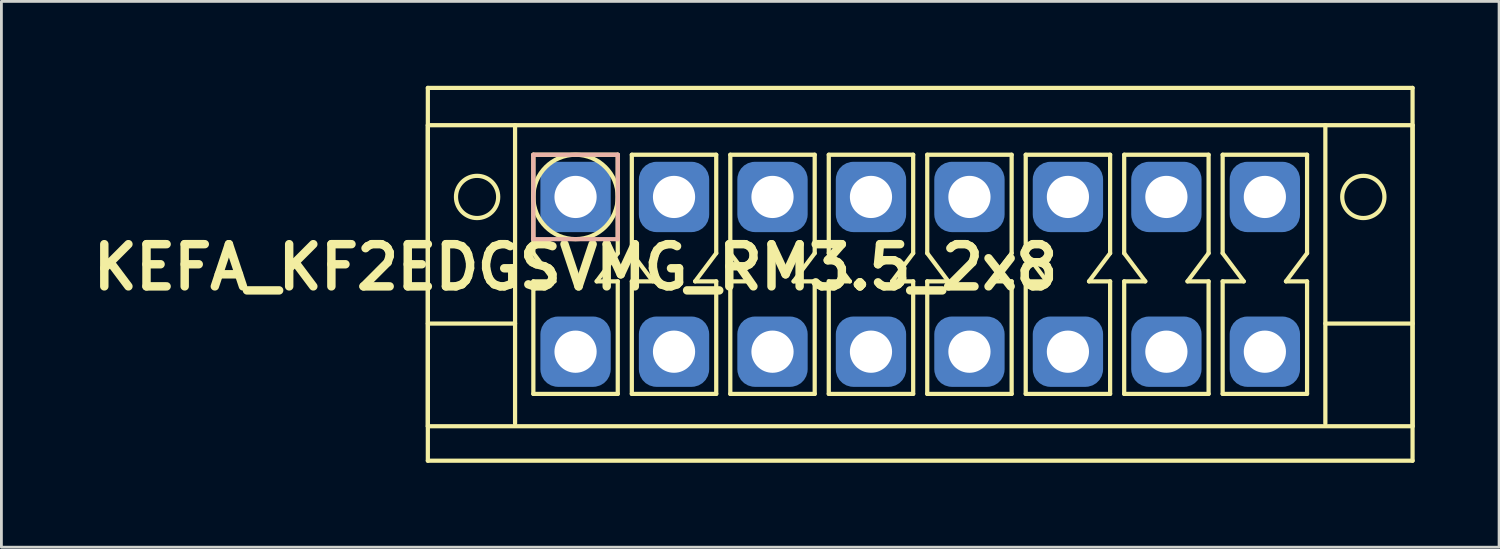
<source format=kicad_pcb>
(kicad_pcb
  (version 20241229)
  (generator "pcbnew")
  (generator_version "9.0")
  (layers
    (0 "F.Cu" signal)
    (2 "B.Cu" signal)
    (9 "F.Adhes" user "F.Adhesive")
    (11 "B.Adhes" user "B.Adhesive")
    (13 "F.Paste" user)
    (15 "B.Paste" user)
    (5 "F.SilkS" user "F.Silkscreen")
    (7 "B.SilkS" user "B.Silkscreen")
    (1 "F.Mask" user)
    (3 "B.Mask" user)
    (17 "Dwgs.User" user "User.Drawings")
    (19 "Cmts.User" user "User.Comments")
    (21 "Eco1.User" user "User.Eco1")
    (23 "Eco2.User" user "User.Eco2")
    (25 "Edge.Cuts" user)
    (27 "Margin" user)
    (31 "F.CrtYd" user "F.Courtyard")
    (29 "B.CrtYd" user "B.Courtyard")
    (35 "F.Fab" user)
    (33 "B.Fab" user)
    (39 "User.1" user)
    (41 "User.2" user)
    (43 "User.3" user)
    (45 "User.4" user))
  (footprint "KEFA_KF2EDGSVMG_RM3.5_2x8"
    (layer "F.Cu")
    (at 17.407 3.95)
    (property "Reference" "KEFA_KF2EDGSVMG_RM3.5_2x8" (at 0 2.5 0) (layer "F.SilkS") (effects (font (size 1.5 1.5) (thickness 0.3))))
    (attr through_hole)
    (fp_line (start -5.25 -3.875) (end 29.75 -3.875) (stroke (width 0.15) (type solid)) (layer "F.SilkS"))
    (fp_line (start -5.25 -2.55) (end 29.75 -2.55) (stroke (width 0.15) (type solid)) (layer "F.SilkS"))
    (fp_line (start -5.25 4.5) (end -2.15 4.5) (stroke (width 0.15) (type solid)) (layer "F.SilkS"))
    (fp_line (start -5.25 8.15) (end -5.25 -2.55) (stroke (width 0.15) (type solid)) (layer "F.SilkS"))
    (fp_line (start -5.25 9.375) (end -5.25 -3.875) (stroke (width 0.15) (type solid)) (layer "F.SilkS"))
    (fp_line (start -2.15 -2.55) (end -2.15 8.05) (stroke (width 0.15) (type solid)) (layer "F.SilkS"))
    (fp_line (start -1.5 -1.5) (end -1.5 2) (stroke (width 0.15) (type solid)) (layer "F.SilkS"))
    (fp_line (start -1.5 -1.5) (end 1.5 -1.5) (stroke (width 0.15) (type solid)) (layer "F.SilkS"))
    (fp_line (start -1.5 2) (end -0.75 3) (stroke (width 0.15) (type solid)) (layer "F.SilkS"))
    (fp_line (start -1.5 3) (end -1.5 7) (stroke (width 0.15) (type solid)) (layer "F.SilkS"))
    (fp_line (start -1.5 7) (end 1.5 7) (stroke (width 0.15) (type solid)) (layer "F.SilkS"))
    (fp_line (start -0.75 3) (end -1.5 3) (stroke (width 0.15) (type solid)) (layer "F.SilkS"))
    (fp_line (start 0.75 3) (end 1.5 3) (stroke (width 0.15) (type solid)) (layer "F.SilkS"))
    (fp_line (start 1.5 -1.5) (end 1.5 2) (stroke (width 0.15) (type solid)) (layer "F.SilkS"))
    (fp_line (start 1.5 2) (end 0.75 3) (stroke (width 0.15) (type solid)) (layer "F.SilkS"))
    (fp_line (start 1.5 3) (end 1.5 7) (stroke (width 0.15) (type solid)) (layer "F.SilkS"))
    (fp_line (start 2 -1.5) (end 2 2) (stroke (width 0.15) (type solid)) (layer "F.SilkS"))
    (fp_line (start 2 -1.5) (end 5 -1.5) (stroke (width 0.15) (type solid)) (layer "F.SilkS"))
    (fp_line (start 2 2) (end 2.75 3) (stroke (width 0.15) (type solid)) (layer "F.SilkS"))
    (fp_line (start 2 3) (end 2 7) (stroke (width 0.15) (type solid)) (layer "F.SilkS"))
    (fp_line (start 2 7) (end 5 7) (stroke (width 0.15) (type solid)) (layer "F.SilkS"))
    (fp_line (start 2.75 3) (end 2 3) (stroke (width 0.15) (type solid)) (layer "F.SilkS"))
    (fp_line (start 4.25 3) (end 5 3) (stroke (width 0.15) (type solid)) (layer "F.SilkS"))
    (fp_line (start 5 -1.5) (end 5 2) (stroke (width 0.15) (type solid)) (layer "F.SilkS"))
    (fp_line (start 5 2) (end 4.25 3) (stroke (width 0.15) (type solid)) (layer "F.SilkS"))
    (fp_line (start 5 3) (end 5 7) (stroke (width 0.15) (type solid)) (layer "F.SilkS"))
    (fp_line (start 5.5 -1.5) (end 5.5 2) (stroke (width 0.15) (type solid)) (layer "F.SilkS"))
    (fp_line (start 5.5 -1.5) (end 8.5 -1.5) (stroke (width 0.15) (type solid)) (layer "F.SilkS"))
    (fp_line (start 5.5 2) (end 6.25 3) (stroke (width 0.15) (type solid)) (layer "F.SilkS"))
    (fp_line (start 5.5 3) (end 5.5 7) (stroke (width 0.15) (type solid)) (layer "F.SilkS"))
    (fp_line (start 5.5 7) (end 8.5 7) (stroke (width 0.15) (type solid)) (layer "F.SilkS"))
    (fp_line (start 6.25 3) (end 5.5 3) (stroke (width 0.15) (type solid)) (layer "F.SilkS"))
    (fp_line (start 7.75 3) (end 8.5 3) (stroke (width 0.15) (type solid)) (layer "F.SilkS"))
    (fp_line (start 8.5 -1.5) (end 8.5 2) (stroke (width 0.15) (type solid)) (layer "F.SilkS"))
    (fp_line (start 8.5 2) (end 7.75 3) (stroke (width 0.15) (type solid)) (layer "F.SilkS"))
    (fp_line (start 8.5 3) (end 8.5 7) (stroke (width 0.15) (type solid)) (layer "F.SilkS"))
    (fp_line (start 9 -1.5) (end 9 2) (stroke (width 0.15) (type solid)) (layer "F.SilkS"))
    (fp_line (start 9 -1.5) (end 12 -1.5) (stroke (width 0.15) (type solid)) (layer "F.SilkS"))
    (fp_line (start 9 2) (end 9.75 3) (stroke (width 0.15) (type solid)) (layer "F.SilkS"))
    (fp_line (start 9 3) (end 9 7) (stroke (width 0.15) (type solid)) (layer "F.SilkS"))
    (fp_line (start 9 7) (end 12 7) (stroke (width 0.15) (type solid)) (layer "F.SilkS"))
    (fp_line (start 9.75 3) (end 9 3) (stroke (width 0.15) (type solid)) (layer "F.SilkS"))
    (fp_line (start 11.25 3) (end 12 3) (stroke (width 0.15) (type solid)) (layer "F.SilkS"))
    (fp_line (start 12 -1.5) (end 12 2) (stroke (width 0.15) (type solid)) (layer "F.SilkS"))
    (fp_line (start 12 2) (end 11.25 3) (stroke (width 0.15) (type solid)) (layer "F.SilkS"))
    (fp_line (start 12 3) (end 12 7) (stroke (width 0.15) (type solid)) (layer "F.SilkS"))
    (fp_line (start 12.5 -1.5) (end 12.5 2) (stroke (width 0.15) (type solid)) (layer "F.SilkS"))
    (fp_line (start 12.5 -1.5) (end 15.5 -1.5) (stroke (width 0.15) (type solid)) (layer "F.SilkS"))
    (fp_line (start 12.5 2) (end 13.25 3) (stroke (width 0.15) (type solid)) (layer "F.SilkS"))
    (fp_line (start 12.5 3) (end 12.5 7) (stroke (width 0.15) (type solid)) (layer "F.SilkS"))
    (fp_line (start 12.5 7) (end 15.5 7) (stroke (width 0.15) (type solid)) (layer "F.SilkS"))
    (fp_line (start 13.25 3) (end 12.5 3) (stroke (width 0.15) (type solid)) (layer "F.SilkS"))
    (fp_line (start 14.75 3) (end 15.5 3) (stroke (width 0.15) (type solid)) (layer "F.SilkS"))
    (fp_line (start 15.5 -1.5) (end 15.5 2) (stroke (width 0.15) (type solid)) (layer "F.SilkS"))
    (fp_line (start 15.5 2) (end 14.75 3) (stroke (width 0.15) (type solid)) (layer "F.SilkS"))
    (fp_line (start 15.5 3) (end 15.5 7) (stroke (width 0.15) (type solid)) (layer "F.SilkS"))
    (fp_line (start 16 -1.5) (end 16 2) (stroke (width 0.15) (type solid)) (layer "F.SilkS"))
    (fp_line (start 16 -1.5) (end 19 -1.5) (stroke (width 0.15) (type solid)) (layer "F.SilkS"))
    (fp_line (start 16 2) (end 16.75 3) (stroke (width 0.15) (type solid)) (layer "F.SilkS"))
    (fp_line (start 16 3) (end 16 7) (stroke (width 0.15) (type solid)) (layer "F.SilkS"))
    (fp_line (start 16 7) (end 19 7) (stroke (width 0.15) (type solid)) (layer "F.SilkS"))
    (fp_line (start 16.75 3) (end 16 3) (stroke (width 0.15) (type solid)) (layer "F.SilkS"))
    (fp_line (start 18.25 3) (end 19 3) (stroke (width 0.15) (type solid)) (layer "F.SilkS"))
    (fp_line (start 19 -1.5) (end 19 2) (stroke (width 0.15) (type solid)) (layer "F.SilkS"))
    (fp_line (start 19 2) (end 18.25 3) (stroke (width 0.15) (type solid)) (layer "F.SilkS"))
    (fp_line (start 19 3) (end 19 7) (stroke (width 0.15) (type solid)) (layer "F.SilkS"))
    (fp_line (start 19.5 -1.5) (end 19.5 2) (stroke (width 0.15) (type solid)) (layer "F.SilkS"))
    (fp_line (start 19.5 -1.5) (end 22.5 -1.5) (stroke (width 0.15) (type solid)) (layer "F.SilkS"))
    (fp_line (start 19.5 2) (end 20.25 3) (stroke (width 0.15) (type solid)) (layer "F.SilkS"))
    (fp_line (start 19.5 3) (end 19.5 7) (stroke (width 0.15) (type solid)) (layer "F.SilkS"))
    (fp_line (start 19.5 7) (end 22.5 7) (stroke (width 0.15) (type solid)) (layer "F.SilkS"))
    (fp_line (start 20.25 3) (end 19.5 3) (stroke (width 0.15) (type solid)) (layer "F.SilkS"))
    (fp_line (start 21.75 3) (end 22.5 3) (stroke (width 0.15) (type solid)) (layer "F.SilkS"))
    (fp_line (start 22.5 -1.5) (end 22.5 2) (stroke (width 0.15) (type solid)) (layer "F.SilkS"))
    (fp_line (start 22.5 2) (end 21.75 3) (stroke (width 0.15) (type solid)) (layer "F.SilkS"))
    (fp_line (start 22.5 3) (end 22.5 7) (stroke (width 0.15) (type solid)) (layer "F.SilkS"))
    (fp_line (start 23 -1.5) (end 23 2) (stroke (width 0.15) (type solid)) (layer "F.SilkS"))
    (fp_line (start 23 -1.5) (end 26 -1.5) (stroke (width 0.15) (type solid)) (layer "F.SilkS"))
    (fp_line (start 23 2) (end 23.75 3) (stroke (width 0.15) (type solid)) (layer "F.SilkS"))
    (fp_line (start 23 3) (end 23 7) (stroke (width 0.15) (type solid)) (layer "F.SilkS"))
    (fp_line (start 23 7) (end 26 7) (stroke (width 0.15) (type solid)) (layer "F.SilkS"))
    (fp_line (start 23.75 3) (end 23 3) (stroke (width 0.15) (type solid)) (layer "F.SilkS"))
    (fp_line (start 25.25 3) (end 26 3) (stroke (width 0.15) (type solid)) (layer "F.SilkS"))
    (fp_line (start 26 -1.5) (end 26 2) (stroke (width 0.15) (type solid)) (layer "F.SilkS"))
    (fp_line (start 26 2) (end 25.25 3) (stroke (width 0.15) (type solid)) (layer "F.SilkS"))
    (fp_line (start 26 3) (end 26 7) (stroke (width 0.15) (type solid)) (layer "F.SilkS"))
    (fp_line (start 26.65 -2.55) (end 26.65 8.05) (stroke (width 0.15) (type solid)) (layer "F.SilkS"))
    (fp_line (start 29.75 -3.875) (end 29.75 9.375) (stroke (width 0.15) (type solid)) (layer "F.SilkS"))
    (fp_line (start 29.75 -2.55) (end 29.75 8.15) (stroke (width 0.15) (type solid)) (layer "F.SilkS"))
    (fp_line (start 29.75 4.5) (end 26.65 4.5) (stroke (width 0.15) (type solid)) (layer "F.SilkS"))
    (fp_line (start 29.75 8.15) (end -5.25 8.15) (stroke (width 0.15) (type solid)) (layer "F.SilkS"))
    (fp_line (start 29.75 9.375) (end -5.25 9.375) (stroke (width 0.15) (type solid)) (layer "F.SilkS"))
    (fp_circle (center -3.5 0) (end -2.75 0) (stroke (width 0.15) (type solid)) (fill no) (layer "F.SilkS"))
    (fp_circle (center 0 0) (end 1.5 0) (stroke (width 0.15) (type solid)) (fill no) (layer "F.SilkS"))
    (fp_circle (center 28 0) (end 27.25 0) (stroke (width 0.15) (type solid)) (fill no) (layer "F.SilkS"))
    (fp_line (start -1.5 -1.5) (end 1.5 -1.5) (stroke (width 0.15) (type solid)) (layer "B.SilkS"))
    (fp_line (start -1.5 1.5) (end -1.5 -1.5) (stroke (width 0.15) (type solid)) (layer "B.SilkS"))
    (fp_line (start 1.5 -1.5) (end 1.5 1.5) (stroke (width 0.15) (type solid)) (layer "B.SilkS"))
    (fp_line (start 1.5 1.5) (end -1.5 1.5) (stroke (width 0.15) (type solid)) (layer "B.SilkS"))
    (pad "1" thru_hole circle (at 0 0) (size 1.8 1.8) (drill 1.5) (layers "*.Cu" "*.Mask"))
    (pad "1" smd roundrect (at 0 0) (size 2.5 2.5) (layers "B.Cu" "B.Mask") (roundrect_rratio 0.25))
    (pad "2" thru_hole circle (at 3.5 0) (size 1.8 1.8) (drill 1.5) (layers "*.Cu" "*.Mask"))
    (pad "2" smd roundrect (at 3.5 0) (size 2.5 2.5) (layers "B.Cu" "B.Mask") (roundrect_rratio 0.25))
    (pad "3" thru_hole circle (at 7 0) (size 1.8 1.8) (drill 1.5) (layers "*.Cu" "*.Mask"))
    (pad "3" smd roundrect (at 7 0) (size 2.5 2.5) (layers "B.Cu" "B.Mask") (roundrect_rratio 0.25))
    (pad "4" thru_hole circle (at 10.5 0) (size 1.8 1.8) (drill 1.5) (layers "*.Cu" "*.Mask"))
    (pad "4" smd roundrect (at 10.5 0) (size 2.5 2.5) (layers "B.Cu" "B.Mask") (roundrect_rratio 0.25))
    (pad "5" thru_hole circle (at 14 0) (size 1.8 1.8) (drill 1.5) (layers "*.Cu" "*.Mask"))
    (pad "5" smd roundrect (at 14 0) (size 2.5 2.5) (layers "B.Cu" "B.Mask") (roundrect_rratio 0.25))
    (pad "6" thru_hole circle (at 17.5 0) (size 1.8 1.8) (drill 1.5) (layers "*.Cu" "*.Mask"))
    (pad "6" smd roundrect (at 17.5 0) (size 2.5 2.5) (layers "B.Cu" "B.Mask") (roundrect_rratio 0.25))
    (pad "7" thru_hole circle (at 21 0) (size 1.8 1.8) (drill 1.5) (layers "*.Cu" "*.Mask"))
    (pad "7" smd roundrect (at 21 0) (size 2.5 2.5) (layers "B.Cu" "B.Mask") (roundrect_rratio 0.25))
    (pad "8" thru_hole circle (at 24.5 0) (size 1.8 1.8) (drill 1.5) (layers "*.Cu" "*.Mask"))
    (pad "8" smd roundrect (at 24.5 0) (size 2.5 2.5) (layers "B.Cu" "B.Mask") (roundrect_rratio 0.25))
    (pad "9" thru_hole circle (at 0 5.5) (size 1.8 1.8) (drill 1.5) (layers "*.Cu" "*.Mask"))
    (pad "9" smd roundrect (at 0 5.5) (size 2.5 2.5) (layers "B.Cu" "B.Mask") (roundrect_rratio 0.25))
    (pad "10" thru_hole circle (at 3.5 5.5) (size 1.8 1.8) (drill 1.5) (layers "*.Cu" "*.Mask"))
    (pad "10" smd roundrect (at 3.5 5.5) (size 2.5 2.5) (layers "B.Cu" "B.Mask") (roundrect_rratio 0.25))
    (pad "11" thru_hole circle (at 7 5.5) (size 1.8 1.8) (drill 1.5) (layers "*.Cu" "*.Mask"))
    (pad "11" smd roundrect (at 7 5.5) (size 2.5 2.5) (layers "B.Cu" "B.Mask") (roundrect_rratio 0.25))
    (pad "12" thru_hole circle (at 10.5 5.5) (size 1.8 1.8) (drill 1.5) (layers "*.Cu" "*.Mask"))
    (pad "12" smd roundrect (at 10.5 5.5) (size 2.5 2.5) (layers "B.Cu" "B.Mask") (roundrect_rratio 0.25))
    (pad "13" thru_hole circle (at 14 5.5) (size 1.8 1.8) (drill 1.5) (layers "*.Cu" "*.Mask"))
    (pad "13" smd roundrect (at 14 5.5) (size 2.5 2.5) (layers "B.Cu" "B.Mask") (roundrect_rratio 0.25))
    (pad "14" thru_hole circle (at 17.5 5.5) (size 1.8 1.8) (drill 1.5) (layers "*.Cu" "*.Mask"))
    (pad "14" smd roundrect (at 17.5 5.5) (size 2.5 2.5) (layers "B.Cu" "B.Mask") (roundrect_rratio 0.25))
    (pad "15" thru_hole circle (at 21 5.5) (size 1.8 1.8) (drill 1.5) (layers "*.Cu" "*.Mask"))
    (pad "15" smd roundrect (at 21 5.5) (size 2.5 2.5) (layers "B.Cu" "B.Mask") (roundrect_rratio 0.25))
    (pad "16" thru_hole circle (at 24.5 5.5) (size 1.8 1.8) (drill 1.5) (layers "*.Cu" "*.Mask"))
    (pad "16" smd roundrect (at 24.5 5.5) (size 2.5 2.5) (layers "B.Cu" "B.Mask") (roundrect_rratio 0.25)))
  (gr_rect
    (start -3 -3)
    (end 50.232 16.4)
    (stroke (width 0.1) (type default))
    (fill no)
    (layer "Edge.Cuts")))
</source>
